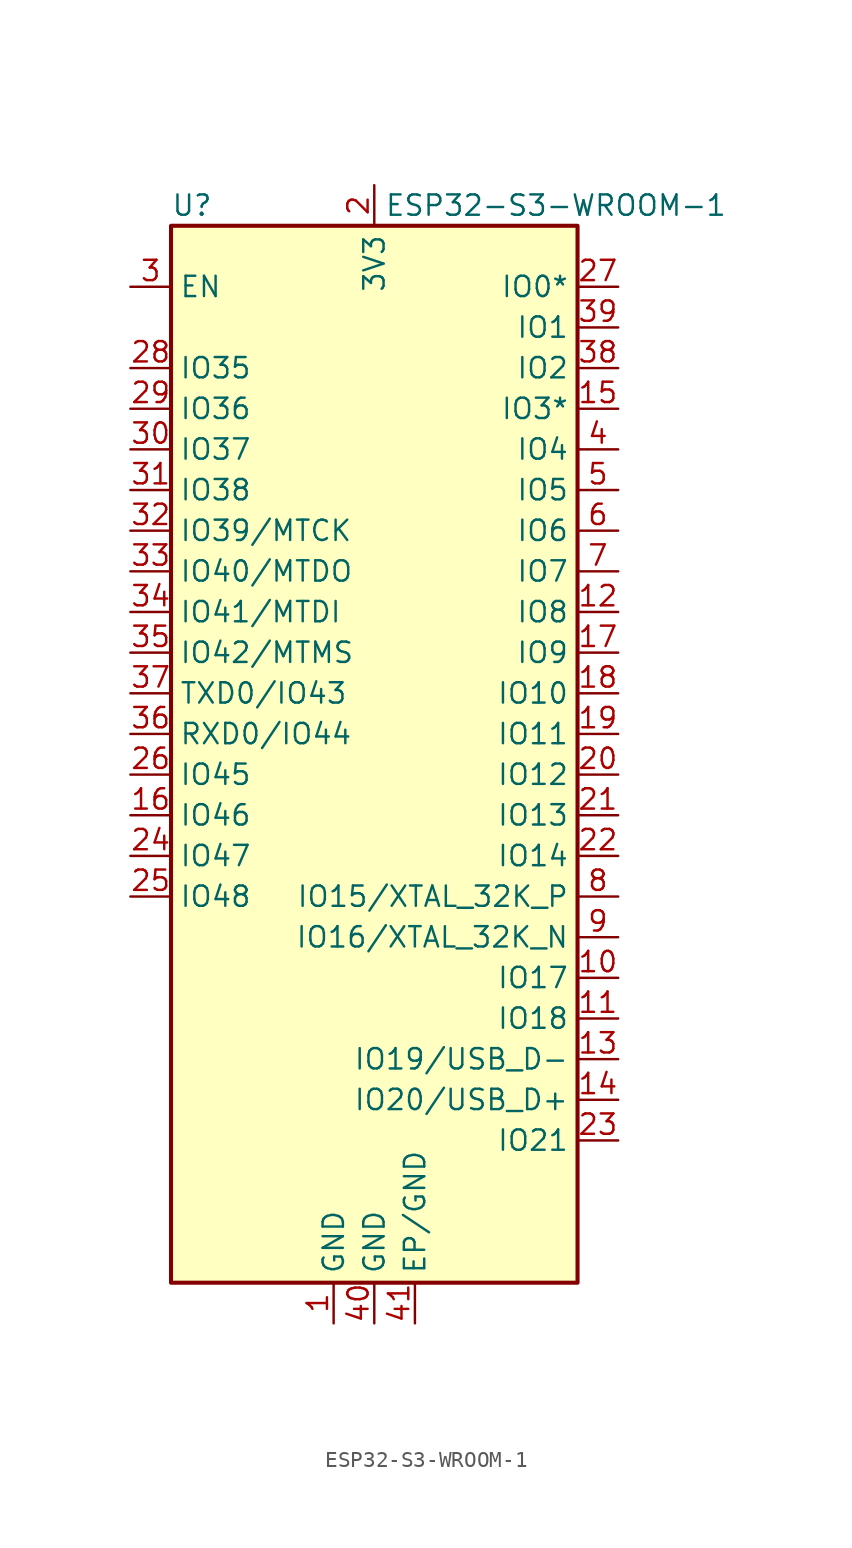
<source format=kicad_sym>
(kicad_symbol_lib
  (version 20211014)
  (generator kicad_symbol_editor)
  (symbol "ESP32-S3-WROOM-1"
    (property "Reference" "U"
      (at -12.7 34.29 0)
      (effects (font (size 1.27 1.27)) (justify left)))
    (property "Value" "ESP32-S3-WROOM-1"
      (at 0.635 34.29 0)
      (effects (font (size 1.27 1.27)) (justify left)))
    (symbol "ESP32-S3-WROOM-1_0_0"
      (pin power_in line (at 0 -35.56 90) (length 2.54) (name "GND" (effects (font (size 1.27 1.27)))) (number "40" (effects (font (size 1.27 1.27))))))
    (symbol "ESP32-S3-WROOM-1_0_1"
      (rectangle (start -12.7 33.02) (end 12.7 -33.02) (stroke (width 0.254) (type default) (color 0 0 0 0)) (fill (type background))))
    (symbol "ESP32-S3-WROOM-1_1_1"
      (pin power_in line (at -2.54 -35.56 90) (length 2.54) (name "GND" (effects (font (size 1.27 1.27)))) (number "1" (effects (font (size 1.27 1.27)))))
      (pin bidirectional line (at 15.24 -13.97 180) (length 2.54) (name "IO17" (effects (font (size 1.27 1.27)))) (number "10" (effects (font (size 1.27 1.27)))))
      (pin bidirectional line (at 15.24 -16.51 180) (length 2.54) (name "IO18" (effects (font (size 1.27 1.27)))) (number "11" (effects (font (size 1.27 1.27)))))
      (pin bidirectional line (at 15.24 8.89 180) (length 2.54) (name "IO8" (effects (font (size 1.27 1.27)))) (number "12" (effects (font (size 1.27 1.27)))))
      (pin bidirectional line (at 15.24 -19.05 180) (length 2.54) (name "IO19/USB_D-" (effects (font (size 1.27 1.27)))) (number "13" (effects (font (size 1.27 1.27)))))
      (pin bidirectional line (at 15.24 -21.59 180) (length 2.54) (name "IO20/USB_D+" (effects (font (size 1.27 1.27)))) (number "14" (effects (font (size 1.27 1.27)))))
      (pin bidirectional line (at 15.24 21.59 180) (length 2.54) (name "IO3*" (effects (font (size 1.27 1.27)))) (number "15" (effects (font (size 1.27 1.27)))))
      (pin bidirectional line (at -15.24 -3.81 0) (length 2.54) (name "IO46" (effects (font (size 1.27 1.27)))) (number "16" (effects (font (size 1.27 1.27)))))
      (pin bidirectional line (at 15.24 6.35 180) (length 2.54) (name "IO9" (effects (font (size 1.27 1.27)))) (number "17" (effects (font (size 1.27 1.27)))))
      (pin bidirectional line (at 15.24 3.81 180) (length 2.54) (name "IO10" (effects (font (size 1.27 1.27)))) (number "18" (effects (font (size 1.27 1.27)))))
      (pin bidirectional line (at 15.24 1.27 180) (length 2.54) (name "IO11" (effects (font (size 1.27 1.27)))) (number "19" (effects (font (size 1.27 1.27)))))
      (pin power_in line (at 0 35.56 270) (length 2.54) (name "3V3" (effects (font (size 1.27 1.27)))) (number "2" (effects (font (size 1.27 1.27)))))
      (pin bidirectional line (at 15.24 -1.27 180) (length 2.54) (name "IO12" (effects (font (size 1.27 1.27)))) (number "20" (effects (font (size 1.27 1.27)))))
      (pin bidirectional line (at 15.24 -3.81 180) (length 2.54) (name "IO13" (effects (font (size 1.27 1.27)))) (number "21" (effects (font (size 1.27 1.27)))))
      (pin bidirectional line (at 15.24 -6.35 180) (length 2.54) (name "IO14" (effects (font (size 1.27 1.27)))) (number "22" (effects (font (size 1.27 1.27)))))
      (pin bidirectional line (at 15.24 -24.13 180) (length 2.54) (name "IO21" (effects (font (size 1.27 1.27)))) (number "23" (effects (font (size 1.27 1.27)))))
      (pin bidirectional line (at -15.24 -6.35 0) (length 2.54) (name "IO47" (effects (font (size 1.27 1.27)))) (number "24" (effects (font (size 1.27 1.27)))))
      (pin bidirectional line (at -15.24 -8.89 0) (length 2.54) (name "IO48" (effects (font (size 1.27 1.27)))) (number "25" (effects (font (size 1.27 1.27)))))
      (pin bidirectional line (at -15.24 -1.27 0) (length 2.54) (name "IO45" (effects (font (size 1.27 1.27)))) (number "26" (effects (font (size 1.27 1.27)))))
      (pin bidirectional line (at 15.24 29.21 180) (length 2.54) (name "IO0*" (effects (font (size 1.27 1.27)))) (number "27" (effects (font (size 1.27 1.27)))))
      (pin bidirectional line (at -15.24 24.13 0) (length 2.54) (name "IO35" (effects (font (size 1.27 1.27)))) (number "28" (effects (font (size 1.27 1.27)))))
      (pin bidirectional line (at -15.24 21.59 0) (length 2.54) (name "IO36" (effects (font (size 1.27 1.27)))) (number "29" (effects (font (size 1.27 1.27)))))
      (pin bidirectional line (at -15.24 29.21 0) (length 2.54) (name "EN" (effects (font (size 1.27 1.27)))) (number "3" (effects (font (size 1.27 1.27)))))
      (pin bidirectional line (at -15.24 19.05 0) (length 2.54) (name "IO37" (effects (font (size 1.27 1.27)))) (number "30" (effects (font (size 1.27 1.27)))))
      (pin bidirectional line (at -15.24 16.51 0) (length 2.54) (name "IO38" (effects (font (size 1.27 1.27)))) (number "31" (effects (font (size 1.27 1.27)))))
      (pin bidirectional line (at -15.24 13.97 0) (length 2.54) (name "IO39/MTCK" (effects (font (size 1.27 1.27)))) (number "32" (effects (font (size 1.27 1.27)))))
      (pin bidirectional line (at -15.24 11.43 0) (length 2.54) (name "IO40/MTDO" (effects (font (size 1.27 1.27)))) (number "33" (effects (font (size 1.27 1.27)))))
      (pin bidirectional line (at -15.24 8.89 0) (length 2.54) (name "IO41/MTDI" (effects (font (size 1.27 1.27)))) (number "34" (effects (font (size 1.27 1.27)))))
      (pin bidirectional line (at -15.24 6.35 0) (length 2.54) (name "IO42/MTMS" (effects (font (size 1.27 1.27)))) (number "35" (effects (font (size 1.27 1.27)))))
      (pin bidirectional line (at -15.24 1.27 0) (length 2.54) (name "RXD0/IO44" (effects (font (size 1.27 1.27)))) (number "36" (effects (font (size 1.27 1.27)))))
      (pin bidirectional line (at -15.24 3.81 0) (length 2.54) (name "TXD0/IO43" (effects (font (size 1.27 1.27)))) (number "37" (effects (font (size 1.27 1.27)))))
      (pin bidirectional line (at 15.24 24.13 180) (length 2.54) (name "IO2" (effects (font (size 1.27 1.27)))) (number "38" (effects (font (size 1.27 1.27)))))
      (pin bidirectional line (at 15.24 26.67 180) (length 2.54) (name "IO1" (effects (font (size 1.27 1.27)))) (number "39" (effects (font (size 1.27 1.27)))))
      (pin bidirectional line (at 15.24 19.05 180) (length 2.54) (name "IO4" (effects (font (size 1.27 1.27)))) (number "4" (effects (font (size 1.27 1.27)))))
      (pin power_in line (at 2.54 -35.56 90) (length 2.54) (name "EP/GND" (effects (font (size 1.27 1.27)))) (number "41" (effects (font (size 1.27 1.27)))))
      (pin bidirectional line (at 15.24 16.51 180) (length 2.54) (name "IO5" (effects (font (size 1.27 1.27)))) (number "5" (effects (font (size 1.27 1.27)))))
      (pin bidirectional line (at 15.24 13.97 180) (length 2.54) (name "IO6" (effects (font (size 1.27 1.27)))) (number "6" (effects (font (size 1.27 1.27)))))
      (pin bidirectional line (at 15.24 11.43 180) (length 2.54) (name "IO7" (effects (font (size 1.27 1.27)))) (number "7" (effects (font (size 1.27 1.27)))))
      (pin bidirectional line (at 15.24 -8.89 180) (length 2.54) (name "IO15/XTAL_32K_P" (effects (font (size 1.27 1.27)))) (number "8" (effects (font (size 1.27 1.27)))))
      (pin bidirectional line (at 15.24 -11.43 180) (length 2.54) (name "IO16/XTAL_32K_N" (effects (font (size 1.27 1.27)))) (number "9" (effects (font (size 1.27 1.27))))))))
</source>
